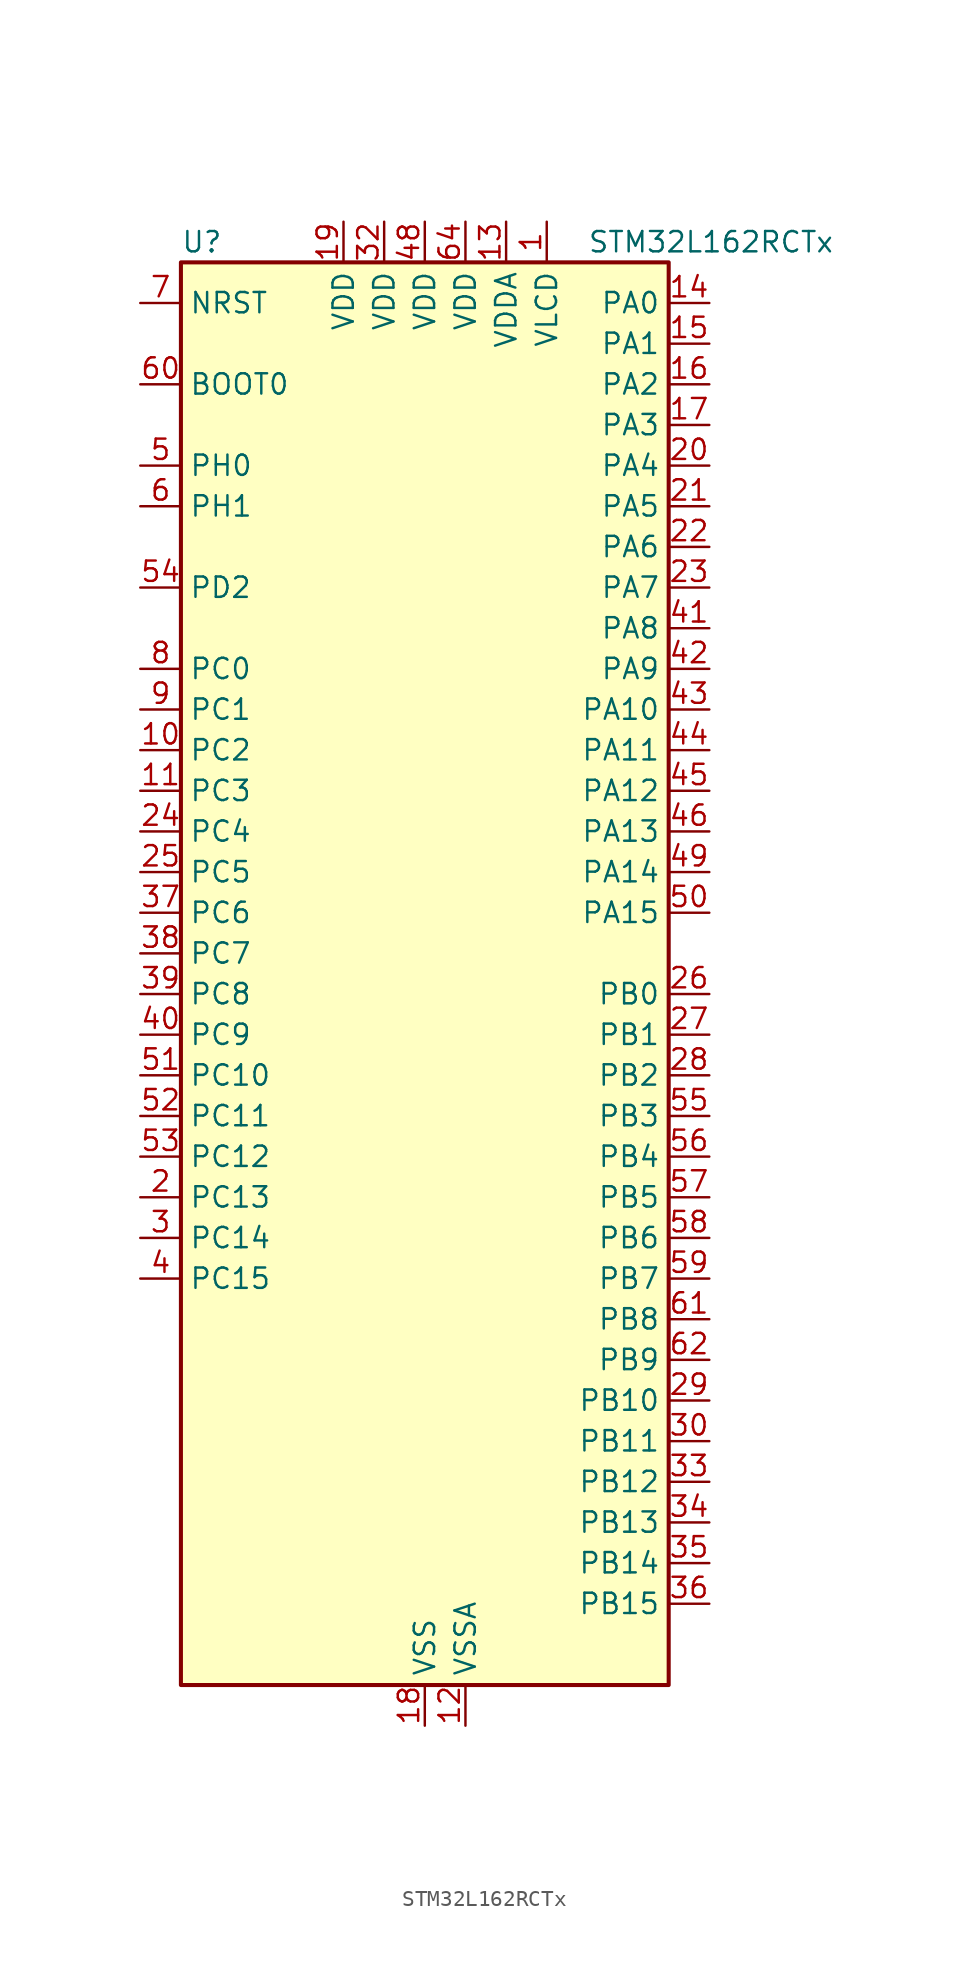
<source format=kicad_sym>
(kicad_symbol_lib
  (version 20231120)
  (generator "kicad_symbol_editor")
  (generator_version "8.0")
  (symbol "STM32L162RCTx"
    (property "Reference" "U"
      (at -15.24 46.99 0)
      (effects (font (size 1.27 1.27)) (justify left)))
    (property "Value" "STM32L162RCTx"
      (at 10.16 46.99 0)
      (effects (font (size 1.27 1.27)) (justify left)))
    (property "ki_locked" ""
      (at 0 0 0)
      (effects (font (size 1.27 1.27))))
    (symbol "STM32L162RCTx_0_1"
      (rectangle (start -15.24 -43.18) (end 15.24 45.72) (stroke (width 0.254) (type default)) (fill (type background))))
    (symbol "STM32L162RCTx_1_1"
      (pin power_in line (at 7.62 48.26 270) (length 2.54) (name "VLCD" (effects (font (size 1.27 1.27)))) (number "1" (effects (font (size 1.27 1.27)))))
      (pin bidirectional line (at -17.78 15.24 0) (length 2.54) (name "PC2" (effects (font (size 1.27 1.27)))) (number "10" (effects (font (size 1.27 1.27)))) (alternate "ADC_IN12" bidirectional line) (alternate "COMP1_INP" bidirectional line) (alternate "LCD_SEG20" bidirectional line) (alternate "TIMX_IC3" bidirectional line) (alternate "TS_G8_IO3" bidirectional line))
      (pin bidirectional line (at -17.78 12.7 0) (length 2.54) (name "PC3" (effects (font (size 1.27 1.27)))) (number "11" (effects (font (size 1.27 1.27)))) (alternate "ADC_IN13" bidirectional line) (alternate "COMP1_INP" bidirectional line) (alternate "LCD_SEG21" bidirectional line) (alternate "TIMX_IC4" bidirectional line) (alternate "TS_G8_IO4" bidirectional line))
      (pin power_in line (at 2.54 -45.72 90) (length 2.54) (name "VSSA" (effects (font (size 1.27 1.27)))) (number "12" (effects (font (size 1.27 1.27)))))
      (pin power_in line (at 5.08 48.26 270) (length 2.54) (name "VDDA" (effects (font (size 1.27 1.27)))) (number "13" (effects (font (size 1.27 1.27)))))
      (pin bidirectional line (at 17.78 43.18 180) (length 2.54) (name "PA0" (effects (font (size 1.27 1.27)))) (number "14" (effects (font (size 1.27 1.27)))) (alternate "ADC_IN0" bidirectional line) (alternate "COMP1_INP" bidirectional line) (alternate "RTC_TAMP2" bidirectional line) (alternate "SYS_WKUP1" bidirectional line) (alternate "TIM2_CH1" bidirectional line) (alternate "TIM2_ETR" bidirectional line) (alternate "TIM5_CH1" bidirectional line) (alternate "TIMX_IC1" bidirectional line) (alternate "TS_G1_IO1" bidirectional line) (alternate "USART2_CTS" bidirectional line))
      (pin bidirectional line (at 17.78 40.64 180) (length 2.54) (name "PA1" (effects (font (size 1.27 1.27)))) (number "15" (effects (font (size 1.27 1.27)))) (alternate "ADC_IN1" bidirectional line) (alternate "COMP1_INP" bidirectional line) (alternate "LCD_SEG0" bidirectional line) (alternate "OPAMP1_VINP" bidirectional line) (alternate "TIM2_CH2" bidirectional line) (alternate "TIM5_CH2" bidirectional line) (alternate "TIMX_IC2" bidirectional line) (alternate "TS_G1_IO2" bidirectional line) (alternate "USART2_RTS" bidirectional line))
      (pin bidirectional line (at 17.78 38.1 180) (length 2.54) (name "PA2" (effects (font (size 1.27 1.27)))) (number "16" (effects (font (size 1.27 1.27)))) (alternate "ADC_IN2" bidirectional line) (alternate "COMP1_INP" bidirectional line) (alternate "LCD_SEG1" bidirectional line) (alternate "OPAMP1_VINM" bidirectional line) (alternate "TIM2_CH3" bidirectional line) (alternate "TIM5_CH3" bidirectional line) (alternate "TIM9_CH1" bidirectional line) (alternate "TIMX_IC3" bidirectional line) (alternate "TS_G1_IO3" bidirectional line) (alternate "USART2_TX" bidirectional line))
      (pin bidirectional line (at 17.78 35.56 180) (length 2.54) (name "PA3" (effects (font (size 1.27 1.27)))) (number "17" (effects (font (size 1.27 1.27)))) (alternate "ADC_IN3" bidirectional line) (alternate "COMP1_INP" bidirectional line) (alternate "LCD_SEG2" bidirectional line) (alternate "OPAMP1_VOUT" bidirectional line) (alternate "TIM2_CH4" bidirectional line) (alternate "TIM5_CH4" bidirectional line) (alternate "TIM9_CH2" bidirectional line) (alternate "TIMX_IC4" bidirectional line) (alternate "TS_G1_IO4" bidirectional line) (alternate "USART2_RX" bidirectional line))
      (pin power_in line (at 0 -45.72 90) (length 2.54) (name "VSS" (effects (font (size 1.27 1.27)))) (number "18" (effects (font (size 1.27 1.27)))))
      (pin power_in line (at -5.08 48.26 270) (length 2.54) (name "VDD" (effects (font (size 1.27 1.27)))) (number "19" (effects (font (size 1.27 1.27)))))
      (pin bidirectional line (at -17.78 -12.7 0) (length 2.54) (name "PC13" (effects (font (size 1.27 1.27)))) (number "2" (effects (font (size 1.27 1.27)))) (alternate "RTC_OUT_ALARM" bidirectional line) (alternate "RTC_OUT_CALIB" bidirectional line) (alternate "RTC_TAMP1" bidirectional line) (alternate "RTC_TS" bidirectional line) (alternate "SYS_WKUP2" bidirectional line) (alternate "TIMX_IC2" bidirectional line))
      (pin bidirectional line (at 17.78 33.02 180) (length 2.54) (name "PA4" (effects (font (size 1.27 1.27)))) (number "20" (effects (font (size 1.27 1.27)))) (alternate "ADC_IN4" bidirectional line) (alternate "COMP1_INP" bidirectional line) (alternate "DAC_OUT1" bidirectional line) (alternate "I2S3_WS" bidirectional line) (alternate "SPI1_NSS" bidirectional line) (alternate "SPI3_NSS" bidirectional line) (alternate "TIMX_IC1" bidirectional line) (alternate "USART2_CK" bidirectional line))
      (pin bidirectional line (at 17.78 30.48 180) (length 2.54) (name "PA5" (effects (font (size 1.27 1.27)))) (number "21" (effects (font (size 1.27 1.27)))) (alternate "ADC_IN5" bidirectional line) (alternate "COMP1_INP" bidirectional line) (alternate "DAC_OUT2" bidirectional line) (alternate "SPI1_SCK" bidirectional line) (alternate "TIM2_CH1" bidirectional line) (alternate "TIM2_ETR" bidirectional line) (alternate "TIMX_IC2" bidirectional line))
      (pin bidirectional line (at 17.78 27.94 180) (length 2.54) (name "PA6" (effects (font (size 1.27 1.27)))) (number "22" (effects (font (size 1.27 1.27)))) (alternate "ADC_IN6" bidirectional line) (alternate "COMP1_INP" bidirectional line) (alternate "LCD_SEG3" bidirectional line) (alternate "OPAMP2_VINP" bidirectional line) (alternate "SPI1_MISO" bidirectional line) (alternate "TIM10_CH1" bidirectional line) (alternate "TIM3_CH1" bidirectional line) (alternate "TIMX_IC3" bidirectional line) (alternate "TS_G2_IO1" bidirectional line))
      (pin bidirectional line (at 17.78 25.4 180) (length 2.54) (name "PA7" (effects (font (size 1.27 1.27)))) (number "23" (effects (font (size 1.27 1.27)))) (alternate "ADC_IN7" bidirectional line) (alternate "COMP1_INP" bidirectional line) (alternate "LCD_SEG4" bidirectional line) (alternate "OPAMP2_VINM" bidirectional line) (alternate "SPI1_MOSI" bidirectional line) (alternate "TIM11_CH1" bidirectional line) (alternate "TIM3_CH2" bidirectional line) (alternate "TIMX_IC4" bidirectional line) (alternate "TS_G2_IO2" bidirectional line))
      (pin bidirectional line (at -17.78 10.16 0) (length 2.54) (name "PC4" (effects (font (size 1.27 1.27)))) (number "24" (effects (font (size 1.27 1.27)))) (alternate "ADC_IN14" bidirectional line) (alternate "COMP1_INP" bidirectional line) (alternate "LCD_SEG22" bidirectional line) (alternate "TIMX_IC1" bidirectional line) (alternate "TS_G9_IO1" bidirectional line))
      (pin bidirectional line (at -17.78 7.62 0) (length 2.54) (name "PC5" (effects (font (size 1.27 1.27)))) (number "25" (effects (font (size 1.27 1.27)))) (alternate "ADC_IN15" bidirectional line) (alternate "COMP1_INP" bidirectional line) (alternate "LCD_SEG23" bidirectional line) (alternate "TIMX_IC2" bidirectional line) (alternate "TS_G9_IO2" bidirectional line))
      (pin bidirectional line (at 17.78 0 180) (length 2.54) (name "PB0" (effects (font (size 1.27 1.27)))) (number "26" (effects (font (size 1.27 1.27)))) (alternate "ADC_IN8" bidirectional line) (alternate "COMP1_INP" bidirectional line) (alternate "LCD_SEG5" bidirectional line) (alternate "OPAMP2_VOUT" bidirectional line) (alternate "SYS_V_REF_OUT" bidirectional line) (alternate "TIM3_CH3" bidirectional line) (alternate "TS_G3_IO1" bidirectional line))
      (pin bidirectional line (at 17.78 -2.54 180) (length 2.54) (name "PB1" (effects (font (size 1.27 1.27)))) (number "27" (effects (font (size 1.27 1.27)))) (alternate "ADC_IN9" bidirectional line) (alternate "COMP1_INP" bidirectional line) (alternate "LCD_SEG6" bidirectional line) (alternate "SYS_V_REF_OUT" bidirectional line) (alternate "TIM3_CH4" bidirectional line) (alternate "TS_G3_IO2" bidirectional line))
      (pin bidirectional line (at 17.78 -5.08 180) (length 2.54) (name "PB2" (effects (font (size 1.27 1.27)))) (number "28" (effects (font (size 1.27 1.27)))) (alternate "TS_G3_IO3" bidirectional line))
      (pin bidirectional line (at 17.78 -25.4 180) (length 2.54) (name "PB10" (effects (font (size 1.27 1.27)))) (number "29" (effects (font (size 1.27 1.27)))) (alternate "I2C2_SCL" bidirectional line) (alternate "LCD_SEG10" bidirectional line) (alternate "TIM2_CH3" bidirectional line) (alternate "USART3_TX" bidirectional line))
      (pin bidirectional line (at -17.78 -15.24 0) (length 2.54) (name "PC14" (effects (font (size 1.27 1.27)))) (number "3" (effects (font (size 1.27 1.27)))) (alternate "RCC_OSC32_IN" bidirectional line) (alternate "TIMX_IC3" bidirectional line))
      (pin bidirectional line (at 17.78 -27.94 180) (length 2.54) (name "PB11" (effects (font (size 1.27 1.27)))) (number "30" (effects (font (size 1.27 1.27)))) (alternate "ADC_EXTI11" bidirectional line) (alternate "I2C2_SDA" bidirectional line) (alternate "LCD_SEG11" bidirectional line) (alternate "TIM2_CH4" bidirectional line) (alternate "USART3_RX" bidirectional line))
      (pin passive line (at 0 -45.72 90) (length 2.54) hide (name "VSS" (effects (font (size 1.27 1.27)))) (number "31" (effects (font (size 1.27 1.27)))))
      (pin power_in line (at -2.54 48.26 270) (length 2.54) (name "VDD" (effects (font (size 1.27 1.27)))) (number "32" (effects (font (size 1.27 1.27)))))
      (pin bidirectional line (at 17.78 -30.48 180) (length 2.54) (name "PB12" (effects (font (size 1.27 1.27)))) (number "33" (effects (font (size 1.27 1.27)))) (alternate "ADC_IN18" bidirectional line) (alternate "COMP1_INP" bidirectional line) (alternate "I2C2_SMBA" bidirectional line) (alternate "I2S2_WS" bidirectional line) (alternate "LCD_SEG12" bidirectional line) (alternate "SPI2_NSS" bidirectional line) (alternate "TIM10_CH1" bidirectional line) (alternate "TS_G7_IO1" bidirectional line) (alternate "USART3_CK" bidirectional line))
      (pin bidirectional line (at 17.78 -33.02 180) (length 2.54) (name "PB13" (effects (font (size 1.27 1.27)))) (number "34" (effects (font (size 1.27 1.27)))) (alternate "ADC_IN19" bidirectional line) (alternate "COMP1_INP" bidirectional line) (alternate "I2S2_CK" bidirectional line) (alternate "LCD_SEG13" bidirectional line) (alternate "SPI2_SCK" bidirectional line) (alternate "TIM9_CH1" bidirectional line) (alternate "TS_G7_IO2" bidirectional line) (alternate "USART3_CTS" bidirectional line))
      (pin bidirectional line (at 17.78 -35.56 180) (length 2.54) (name "PB14" (effects (font (size 1.27 1.27)))) (number "35" (effects (font (size 1.27 1.27)))) (alternate "ADC_IN20" bidirectional line) (alternate "COMP1_INP" bidirectional line) (alternate "LCD_SEG14" bidirectional line) (alternate "SPI2_MISO" bidirectional line) (alternate "TIM9_CH2" bidirectional line) (alternate "TS_G7_IO3" bidirectional line) (alternate "USART3_RTS" bidirectional line))
      (pin bidirectional line (at 17.78 -38.1 180) (length 2.54) (name "PB15" (effects (font (size 1.27 1.27)))) (number "36" (effects (font (size 1.27 1.27)))) (alternate "ADC_EXTI15" bidirectional line) (alternate "ADC_IN21" bidirectional line) (alternate "COMP1_INP" bidirectional line) (alternate "I2S2_SD" bidirectional line) (alternate "LCD_SEG15" bidirectional line) (alternate "RTC_REFIN" bidirectional line) (alternate "SPI2_MOSI" bidirectional line) (alternate "TIM11_CH1" bidirectional line) (alternate "TS_G7_IO4" bidirectional line))
      (pin bidirectional line (at -17.78 5.08 0) (length 2.54) (name "PC6" (effects (font (size 1.27 1.27)))) (number "37" (effects (font (size 1.27 1.27)))) (alternate "I2S2_MCK" bidirectional line) (alternate "LCD_SEG24" bidirectional line) (alternate "TIM3_CH1" bidirectional line) (alternate "TIMX_IC3" bidirectional line) (alternate "TS_G10_IO1" bidirectional line))
      (pin bidirectional line (at -17.78 2.54 0) (length 2.54) (name "PC7" (effects (font (size 1.27 1.27)))) (number "38" (effects (font (size 1.27 1.27)))) (alternate "I2S3_MCK" bidirectional line) (alternate "LCD_SEG25" bidirectional line) (alternate "TIM3_CH2" bidirectional line) (alternate "TIMX_IC4" bidirectional line) (alternate "TS_G10_IO2" bidirectional line))
      (pin bidirectional line (at -17.78 0 0) (length 2.54) (name "PC8" (effects (font (size 1.27 1.27)))) (number "39" (effects (font (size 1.27 1.27)))) (alternate "LCD_SEG26" bidirectional line) (alternate "TIM3_CH3" bidirectional line) (alternate "TIMX_IC1" bidirectional line) (alternate "TS_G10_IO3" bidirectional line))
      (pin bidirectional line (at -17.78 -17.78 0) (length 2.54) (name "PC15" (effects (font (size 1.27 1.27)))) (number "4" (effects (font (size 1.27 1.27)))) (alternate "ADC_EXTI15" bidirectional line) (alternate "RCC_OSC32_OUT" bidirectional line) (alternate "TIMX_IC4" bidirectional line))
      (pin bidirectional line (at -17.78 -2.54 0) (length 2.54) (name "PC9" (effects (font (size 1.27 1.27)))) (number "40" (effects (font (size 1.27 1.27)))) (alternate "DAC_EXTI9" bidirectional line) (alternate "LCD_SEG27" bidirectional line) (alternate "TIM3_CH4" bidirectional line) (alternate "TIMX_IC2" bidirectional line) (alternate "TS_G10_IO4" bidirectional line))
      (pin bidirectional line (at 17.78 22.86 180) (length 2.54) (name "PA8" (effects (font (size 1.27 1.27)))) (number "41" (effects (font (size 1.27 1.27)))) (alternate "LCD_COM0" bidirectional line) (alternate "RCC_MCO" bidirectional line) (alternate "TIMX_IC1" bidirectional line) (alternate "TS_G4_IO1" bidirectional line) (alternate "USART1_CK" bidirectional line))
      (pin bidirectional line (at 17.78 20.32 180) (length 2.54) (name "PA9" (effects (font (size 1.27 1.27)))) (number "42" (effects (font (size 1.27 1.27)))) (alternate "DAC_EXTI9" bidirectional line) (alternate "LCD_COM1" bidirectional line) (alternate "TIMX_IC2" bidirectional line) (alternate "TS_G4_IO2" bidirectional line) (alternate "USART1_TX" bidirectional line))
      (pin bidirectional line (at 17.78 17.78 180) (length 2.54) (name "PA10" (effects (font (size 1.27 1.27)))) (number "43" (effects (font (size 1.27 1.27)))) (alternate "LCD_COM2" bidirectional line) (alternate "TIMX_IC3" bidirectional line) (alternate "TS_G4_IO3" bidirectional line) (alternate "USART1_RX" bidirectional line))
      (pin bidirectional line (at 17.78 15.24 180) (length 2.54) (name "PA11" (effects (font (size 1.27 1.27)))) (number "44" (effects (font (size 1.27 1.27)))) (alternate "ADC_EXTI11" bidirectional line) (alternate "SPI1_MISO" bidirectional line) (alternate "TIMX_IC4" bidirectional line) (alternate "USART1_CTS" bidirectional line) (alternate "USB_DM" bidirectional line))
      (pin bidirectional line (at 17.78 12.7 180) (length 2.54) (name "PA12" (effects (font (size 1.27 1.27)))) (number "45" (effects (font (size 1.27 1.27)))) (alternate "SPI1_MOSI" bidirectional line) (alternate "TIMX_IC1" bidirectional line) (alternate "USART1_RTS" bidirectional line) (alternate "USB_DP" bidirectional line))
      (pin bidirectional line (at 17.78 10.16 180) (length 2.54) (name "PA13" (effects (font (size 1.27 1.27)))) (number "46" (effects (font (size 1.27 1.27)))) (alternate "SYS_JTMS-SWDIO" bidirectional line) (alternate "TIMX_IC2" bidirectional line) (alternate "TS_G5_IO1" bidirectional line))
      (pin passive line (at 0 -45.72 90) (length 2.54) hide (name "VSS" (effects (font (size 1.27 1.27)))) (number "47" (effects (font (size 1.27 1.27)))))
      (pin power_in line (at 0 48.26 270) (length 2.54) (name "VDD" (effects (font (size 1.27 1.27)))) (number "48" (effects (font (size 1.27 1.27)))))
      (pin bidirectional line (at 17.78 7.62 180) (length 2.54) (name "PA14" (effects (font (size 1.27 1.27)))) (number "49" (effects (font (size 1.27 1.27)))) (alternate "SYS_JTCK-SWCLK" bidirectional line) (alternate "TIMX_IC3" bidirectional line) (alternate "TS_G5_IO2" bidirectional line))
      (pin bidirectional line (at -17.78 33.02 0) (length 2.54) (name "PH0" (effects (font (size 1.27 1.27)))) (number "5" (effects (font (size 1.27 1.27)))) (alternate "RCC_OSC_IN" bidirectional line))
      (pin bidirectional line (at 17.78 5.08 180) (length 2.54) (name "PA15" (effects (font (size 1.27 1.27)))) (number "50" (effects (font (size 1.27 1.27)))) (alternate "ADC_EXTI15" bidirectional line) (alternate "I2S3_WS" bidirectional line) (alternate "LCD_SEG17" bidirectional line) (alternate "SPI1_NSS" bidirectional line) (alternate "SPI3_NSS" bidirectional line) (alternate "SYS_JTDI" bidirectional line) (alternate "TIM2_CH1" bidirectional line) (alternate "TIM2_ETR" bidirectional line) (alternate "TIMX_IC4" bidirectional line) (alternate "TS_G5_IO3" bidirectional line))
      (pin bidirectional line (at -17.78 -5.08 0) (length 2.54) (name "PC10" (effects (font (size 1.27 1.27)))) (number "51" (effects (font (size 1.27 1.27)))) (alternate "I2S3_CK" bidirectional line) (alternate "LCD_COM4" bidirectional line) (alternate "LCD_SEG28" bidirectional line) (alternate "SPI3_SCK" bidirectional line) (alternate "TIMX_IC3" bidirectional line) (alternate "USART3_TX" bidirectional line))
      (pin bidirectional line (at -17.78 -7.62 0) (length 2.54) (name "PC11" (effects (font (size 1.27 1.27)))) (number "52" (effects (font (size 1.27 1.27)))) (alternate "ADC_EXTI11" bidirectional line) (alternate "LCD_COM5" bidirectional line) (alternate "LCD_SEG29" bidirectional line) (alternate "SPI3_MISO" bidirectional line) (alternate "TIMX_IC4" bidirectional line) (alternate "USART3_RX" bidirectional line))
      (pin bidirectional line (at -17.78 -10.16 0) (length 2.54) (name "PC12" (effects (font (size 1.27 1.27)))) (number "53" (effects (font (size 1.27 1.27)))) (alternate "I2S3_SD" bidirectional line) (alternate "LCD_COM6" bidirectional line) (alternate "LCD_SEG30" bidirectional line) (alternate "SPI3_MOSI" bidirectional line) (alternate "TIMX_IC1" bidirectional line) (alternate "USART3_CK" bidirectional line))
      (pin bidirectional line (at -17.78 25.4 0) (length 2.54) (name "PD2" (effects (font (size 1.27 1.27)))) (number "54" (effects (font (size 1.27 1.27)))) (alternate "LCD_COM7" bidirectional line) (alternate "LCD_SEG31" bidirectional line) (alternate "TIM3_ETR" bidirectional line) (alternate "TIMX_IC3" bidirectional line))
      (pin bidirectional line (at 17.78 -7.62 180) (length 2.54) (name "PB3" (effects (font (size 1.27 1.27)))) (number "55" (effects (font (size 1.27 1.27)))) (alternate "COMP2_INM" bidirectional line) (alternate "I2S3_CK" bidirectional line) (alternate "LCD_SEG7" bidirectional line) (alternate "SPI1_SCK" bidirectional line) (alternate "SPI3_SCK" bidirectional line) (alternate "SYS_JTDO-TRACESWO" bidirectional line) (alternate "TIM2_CH2" bidirectional line))
      (pin bidirectional line (at 17.78 -10.16 180) (length 2.54) (name "PB4" (effects (font (size 1.27 1.27)))) (number "56" (effects (font (size 1.27 1.27)))) (alternate "COMP2_INP" bidirectional line) (alternate "LCD_SEG8" bidirectional line) (alternate "SPI1_MISO" bidirectional line) (alternate "SPI3_MISO" bidirectional line) (alternate "SYS_JTRST" bidirectional line) (alternate "TIM3_CH1" bidirectional line) (alternate "TS_G6_IO1" bidirectional line))
      (pin bidirectional line (at 17.78 -12.7 180) (length 2.54) (name "PB5" (effects (font (size 1.27 1.27)))) (number "57" (effects (font (size 1.27 1.27)))) (alternate "COMP2_INP" bidirectional line) (alternate "I2C1_SMBA" bidirectional line) (alternate "I2S3_SD" bidirectional line) (alternate "LCD_SEG9" bidirectional line) (alternate "SPI1_MOSI" bidirectional line) (alternate "SPI3_MOSI" bidirectional line) (alternate "TIM3_CH2" bidirectional line) (alternate "TS_G6_IO2" bidirectional line))
      (pin bidirectional line (at 17.78 -15.24 180) (length 2.54) (name "PB6" (effects (font (size 1.27 1.27)))) (number "58" (effects (font (size 1.27 1.27)))) (alternate "COMP2_INP" bidirectional line) (alternate "I2C1_SCL" bidirectional line) (alternate "TIM4_CH1" bidirectional line) (alternate "TS_G6_IO3" bidirectional line) (alternate "USART1_TX" bidirectional line))
      (pin bidirectional line (at 17.78 -17.78 180) (length 2.54) (name "PB7" (effects (font (size 1.27 1.27)))) (number "59" (effects (font (size 1.27 1.27)))) (alternate "COMP2_INP" bidirectional line) (alternate "I2C1_SDA" bidirectional line) (alternate "SYS_PVD_IN" bidirectional line) (alternate "TIM4_CH2" bidirectional line) (alternate "TS_G6_IO4" bidirectional line) (alternate "USART1_RX" bidirectional line))
      (pin bidirectional line (at -17.78 30.48 0) (length 2.54) (name "PH1" (effects (font (size 1.27 1.27)))) (number "6" (effects (font (size 1.27 1.27)))) (alternate "RCC_OSC_OUT" bidirectional line))
      (pin input line (at -17.78 38.1 0) (length 2.54) (name "BOOT0" (effects (font (size 1.27 1.27)))) (number "60" (effects (font (size 1.27 1.27)))))
      (pin bidirectional line (at 17.78 -20.32 180) (length 2.54) (name "PB8" (effects (font (size 1.27 1.27)))) (number "61" (effects (font (size 1.27 1.27)))) (alternate "I2C1_SCL" bidirectional line) (alternate "LCD_SEG16" bidirectional line) (alternate "TIM10_CH1" bidirectional line) (alternate "TIM4_CH3" bidirectional line))
      (pin bidirectional line (at 17.78 -22.86 180) (length 2.54) (name "PB9" (effects (font (size 1.27 1.27)))) (number "62" (effects (font (size 1.27 1.27)))) (alternate "DAC_EXTI9" bidirectional line) (alternate "I2C1_SDA" bidirectional line) (alternate "LCD_COM3" bidirectional line) (alternate "TIM11_CH1" bidirectional line) (alternate "TIM4_CH4" bidirectional line))
      (pin passive line (at 0 -45.72 90) (length 2.54) hide (name "VSS" (effects (font (size 1.27 1.27)))) (number "63" (effects (font (size 1.27 1.27)))))
      (pin power_in line (at 2.54 48.26 270) (length 2.54) (name "VDD" (effects (font (size 1.27 1.27)))) (number "64" (effects (font (size 1.27 1.27)))))
      (pin input line (at -17.78 43.18 0) (length 2.54) (name "NRST" (effects (font (size 1.27 1.27)))) (number "7" (effects (font (size 1.27 1.27)))))
      (pin bidirectional line (at -17.78 20.32 0) (length 2.54) (name "PC0" (effects (font (size 1.27 1.27)))) (number "8" (effects (font (size 1.27 1.27)))) (alternate "ADC_IN10" bidirectional line) (alternate "COMP1_INP" bidirectional line) (alternate "LCD_SEG18" bidirectional line) (alternate "TIMX_IC1" bidirectional line) (alternate "TS_G8_IO1" bidirectional line))
      (pin bidirectional line (at -17.78 17.78 0) (length 2.54) (name "PC1" (effects (font (size 1.27 1.27)))) (number "9" (effects (font (size 1.27 1.27)))) (alternate "ADC_IN11" bidirectional line) (alternate "COMP1_INP" bidirectional line) (alternate "LCD_SEG19" bidirectional line) (alternate "TIMX_IC2" bidirectional line) (alternate "TS_G8_IO2" bidirectional line)))))
</source>
